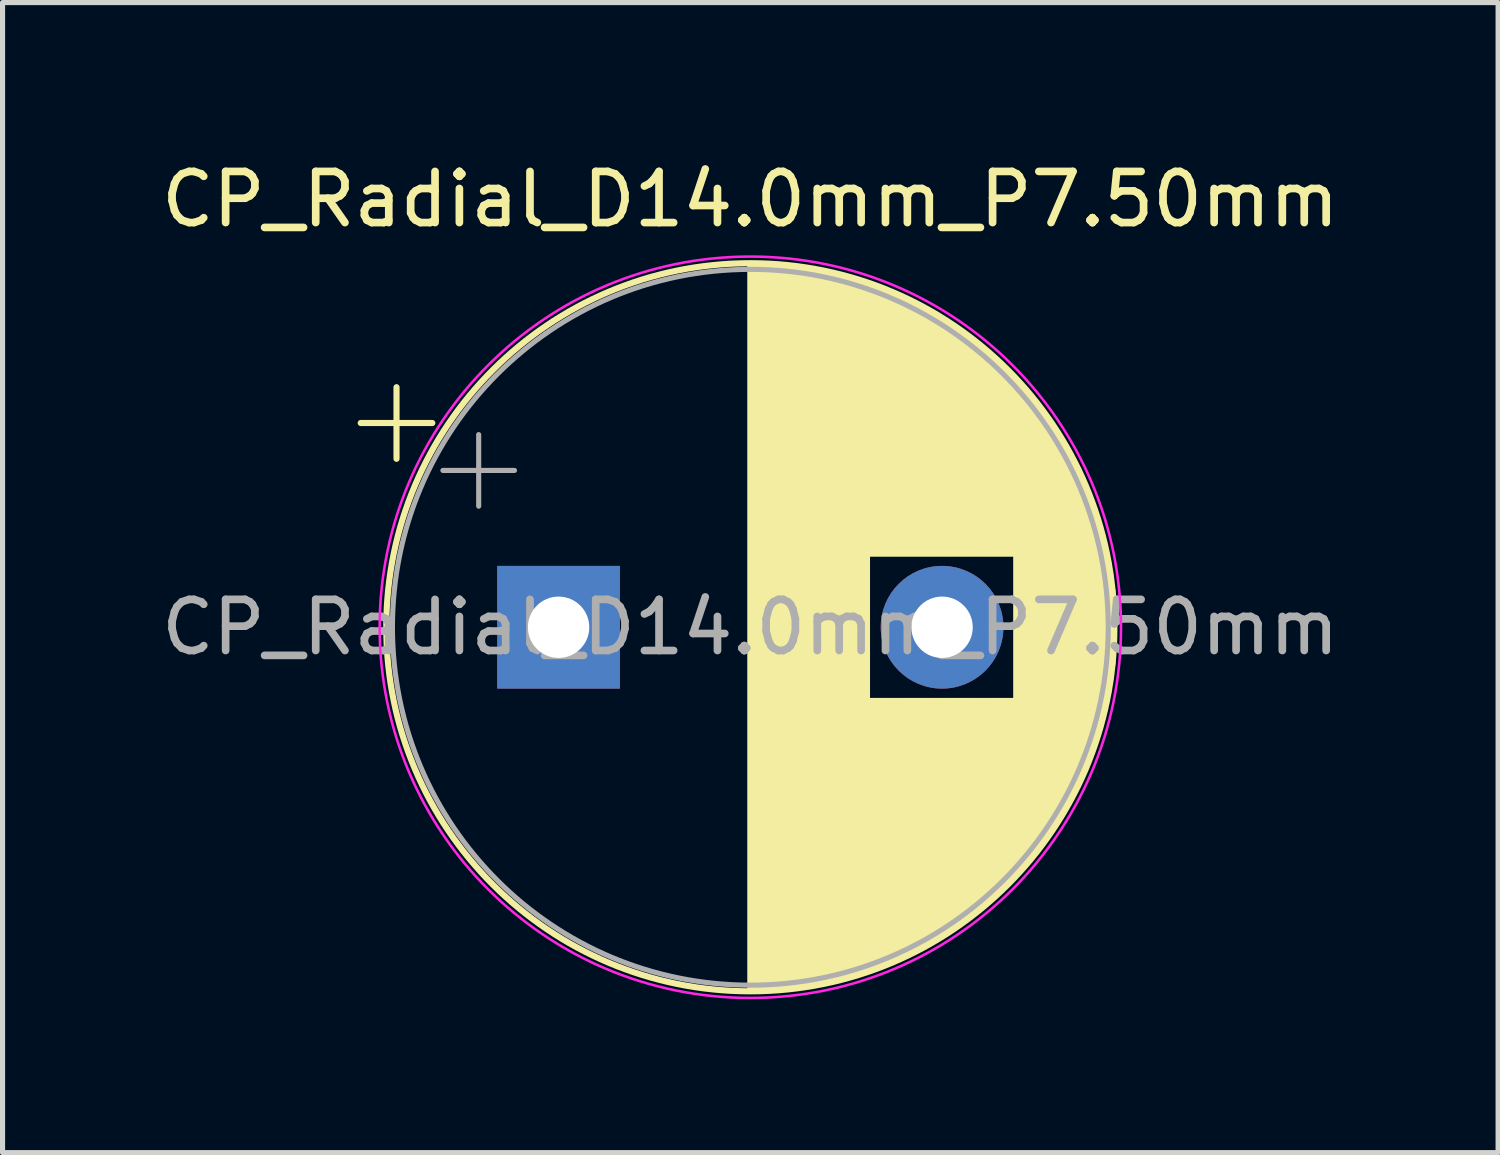
<source format=kicad_pcb>
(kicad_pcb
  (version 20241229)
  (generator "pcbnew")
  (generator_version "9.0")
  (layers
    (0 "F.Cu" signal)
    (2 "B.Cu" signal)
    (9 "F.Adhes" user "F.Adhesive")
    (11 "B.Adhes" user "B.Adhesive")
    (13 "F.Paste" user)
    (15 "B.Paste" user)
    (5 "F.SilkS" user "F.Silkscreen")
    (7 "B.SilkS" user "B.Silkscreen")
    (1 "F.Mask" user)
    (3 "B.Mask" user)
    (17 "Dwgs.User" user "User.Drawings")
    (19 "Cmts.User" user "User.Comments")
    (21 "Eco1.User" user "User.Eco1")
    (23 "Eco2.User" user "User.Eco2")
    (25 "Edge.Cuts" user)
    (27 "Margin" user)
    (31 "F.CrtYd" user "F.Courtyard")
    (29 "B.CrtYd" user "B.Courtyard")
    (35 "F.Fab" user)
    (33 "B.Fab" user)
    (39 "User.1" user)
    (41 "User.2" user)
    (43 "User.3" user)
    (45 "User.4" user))
  (footprint "CP_Radial_D14.0mm_P7.50mm"
    (layer "F.Cu")
    (at 7.875 9.218)
    (property "Reference" "CP_Radial_D14.0mm_P7.50mm" (at 3.75 -8.37 0) (layer "F.SilkS") (effects (font (size 1 1) (thickness 0.15))))
    (attr through_hole)
    (fp_line (start -3.87 -3.995) (end -2.47 -3.995) (stroke (width 0.12) (type solid)) (layer "F.SilkS"))
    (fp_line (start -3.17 -4.695) (end -3.17 -3.295) (stroke (width 0.12) (type solid)) (layer "F.SilkS"))
    (fp_line (start 3.75 -7.08) (end 3.75 7.08) (stroke (width 0.12) (type solid)) (layer "F.SilkS"))
    (fp_line (start 3.79 -7.08) (end 3.79 7.08) (stroke (width 0.12) (type solid)) (layer "F.SilkS"))
    (fp_line (start 3.83 -7.08) (end 3.83 7.08) (stroke (width 0.12) (type solid)) (layer "F.SilkS"))
    (fp_line (start 3.87 -7.079) (end 3.87 7.079) (stroke (width 0.12) (type solid)) (layer "F.SilkS"))
    (fp_line (start 3.91 -7.079) (end 3.91 7.079) (stroke (width 0.12) (type solid)) (layer "F.SilkS"))
    (fp_line (start 3.95 -7.078) (end 3.95 7.078) (stroke (width 0.12) (type solid)) (layer "F.SilkS"))
    (fp_line (start 3.99 -7.076) (end 3.99 7.076) (stroke (width 0.12) (type solid)) (layer "F.SilkS"))
    (fp_line (start 4.03 -7.075) (end 4.03 7.075) (stroke (width 0.12) (type solid)) (layer "F.SilkS"))
    (fp_line (start 4.07 -7.073) (end 4.07 7.073) (stroke (width 0.12) (type solid)) (layer "F.SilkS"))
    (fp_line (start 4.11 -7.071) (end 4.11 7.071) (stroke (width 0.12) (type solid)) (layer "F.SilkS"))
    (fp_line (start 4.15 -7.069) (end 4.15 7.069) (stroke (width 0.12) (type solid)) (layer "F.SilkS"))
    (fp_line (start 4.19 -7.067) (end 4.19 7.067) (stroke (width 0.12) (type solid)) (layer "F.SilkS"))
    (fp_line (start 4.23 -7.064) (end 4.23 7.064) (stroke (width 0.12) (type solid)) (layer "F.SilkS"))
    (fp_line (start 4.27 -7.061) (end 4.27 7.061) (stroke (width 0.12) (type solid)) (layer "F.SilkS"))
    (fp_line (start 4.31 -7.058) (end 4.31 7.058) (stroke (width 0.12) (type solid)) (layer "F.SilkS"))
    (fp_line (start 4.35 -7.055) (end 4.35 7.055) (stroke (width 0.12) (type solid)) (layer "F.SilkS"))
    (fp_line (start 4.39 -7.052) (end 4.39 7.052) (stroke (width 0.12) (type solid)) (layer "F.SilkS"))
    (fp_line (start 4.43 -7.048) (end 4.43 7.048) (stroke (width 0.12) (type solid)) (layer "F.SilkS"))
    (fp_line (start 4.471 -7.044) (end 4.471 7.044) (stroke (width 0.12) (type solid)) (layer "F.SilkS"))
    (fp_line (start 4.511 -7.04) (end 4.511 7.04) (stroke (width 0.12) (type solid)) (layer "F.SilkS"))
    (fp_line (start 4.551 -7.035) (end 4.551 7.035) (stroke (width 0.12) (type solid)) (layer "F.SilkS"))
    (fp_line (start 4.591 -7.031) (end 4.591 7.031) (stroke (width 0.12) (type solid)) (layer "F.SilkS"))
    (fp_line (start 4.631 -7.026) (end 4.631 7.026) (stroke (width 0.12) (type solid)) (layer "F.SilkS"))
    (fp_line (start 4.671 -7.021) (end 4.671 7.021) (stroke (width 0.12) (type solid)) (layer "F.SilkS"))
    (fp_line (start 4.711 -7.015) (end 4.711 7.015) (stroke (width 0.12) (type solid)) (layer "F.SilkS"))
    (fp_line (start 4.751 -7.01) (end 4.751 7.01) (stroke (width 0.12) (type solid)) (layer "F.SilkS"))
    (fp_line (start 4.791 -7.004) (end 4.791 7.004) (stroke (width 0.12) (type solid)) (layer "F.SilkS"))
    (fp_line (start 4.831 -6.998) (end 4.831 6.998) (stroke (width 0.12) (type solid)) (layer "F.SilkS"))
    (fp_line (start 4.871 -6.992) (end 4.871 6.992) (stroke (width 0.12) (type solid)) (layer "F.SilkS"))
    (fp_line (start 4.911 -6.985) (end 4.911 6.985) (stroke (width 0.12) (type solid)) (layer "F.SilkS"))
    (fp_line (start 4.951 -6.979) (end 4.951 6.979) (stroke (width 0.12) (type solid)) (layer "F.SilkS"))
    (fp_line (start 4.991 -6.972) (end 4.991 6.972) (stroke (width 0.12) (type solid)) (layer "F.SilkS"))
    (fp_line (start 5.031 -6.964) (end 5.031 6.964) (stroke (width 0.12) (type solid)) (layer "F.SilkS"))
    (fp_line (start 5.071 -6.957) (end 5.071 6.957) (stroke (width 0.12) (type solid)) (layer "F.SilkS"))
    (fp_line (start 5.111 -6.949) (end 5.111 6.949) (stroke (width 0.12) (type solid)) (layer "F.SilkS"))
    (fp_line (start 5.151 -6.942) (end 5.151 6.942) (stroke (width 0.12) (type solid)) (layer "F.SilkS"))
    (fp_line (start 5.191 -6.933) (end 5.191 6.933) (stroke (width 0.12) (type solid)) (layer "F.SilkS"))
    (fp_line (start 5.231 -6.925) (end 5.231 6.925) (stroke (width 0.12) (type solid)) (layer "F.SilkS"))
    (fp_line (start 5.271 -6.916) (end 5.271 6.916) (stroke (width 0.12) (type solid)) (layer "F.SilkS"))
    (fp_line (start 5.311 -6.907) (end 5.311 6.907) (stroke (width 0.12) (type solid)) (layer "F.SilkS"))
    (fp_line (start 5.351 -6.898) (end 5.351 6.898) (stroke (width 0.12) (type solid)) (layer "F.SilkS"))
    (fp_line (start 5.391 -6.889) (end 5.391 6.889) (stroke (width 0.12) (type solid)) (layer "F.SilkS"))
    (fp_line (start 5.431 -6.879) (end 5.431 6.879) (stroke (width 0.12) (type solid)) (layer "F.SilkS"))
    (fp_line (start 5.471 -6.87) (end 5.471 6.87) (stroke (width 0.12) (type solid)) (layer "F.SilkS"))
    (fp_line (start 5.511 -6.86) (end 5.511 6.86) (stroke (width 0.12) (type solid)) (layer "F.SilkS"))
    (fp_line (start 5.551 -6.849) (end 5.551 6.849) (stroke (width 0.12) (type solid)) (layer "F.SilkS"))
    (fp_line (start 5.591 -6.839) (end 5.591 6.839) (stroke (width 0.12) (type solid)) (layer "F.SilkS"))
    (fp_line (start 5.631 -6.828) (end 5.631 6.828) (stroke (width 0.12) (type solid)) (layer "F.SilkS"))
    (fp_line (start 5.671 -6.817) (end 5.671 6.817) (stroke (width 0.12) (type solid)) (layer "F.SilkS"))
    (fp_line (start 5.711 -6.805) (end 5.711 6.805) (stroke (width 0.12) (type solid)) (layer "F.SilkS"))
    (fp_line (start 5.751 -6.794) (end 5.751 6.794) (stroke (width 0.12) (type solid)) (layer "F.SilkS"))
    (fp_line (start 5.791 -6.782) (end 5.791 6.782) (stroke (width 0.12) (type solid)) (layer "F.SilkS"))
    (fp_line (start 5.831 -6.77) (end 5.831 6.77) (stroke (width 0.12) (type solid)) (layer "F.SilkS"))
    (fp_line (start 5.871 -6.758) (end 5.871 6.758) (stroke (width 0.12) (type solid)) (layer "F.SilkS"))
    (fp_line (start 5.911 -6.745) (end 5.911 6.745) (stroke (width 0.12) (type solid)) (layer "F.SilkS"))
    (fp_line (start 5.951 -6.732) (end 5.951 6.732) (stroke (width 0.12) (type solid)) (layer "F.SilkS"))
    (fp_line (start 5.991 -6.719) (end 5.991 6.719) (stroke (width 0.12) (type solid)) (layer "F.SilkS"))
    (fp_line (start 6.031 -6.706) (end 6.031 6.706) (stroke (width 0.12) (type solid)) (layer "F.SilkS"))
    (fp_line (start 6.071 -6.692) (end 6.071 -1.44) (stroke (width 0.12) (type solid)) (layer "F.SilkS"))
    (fp_line (start 6.071 1.44) (end 6.071 6.692) (stroke (width 0.12) (type solid)) (layer "F.SilkS"))
    (fp_line (start 6.111 -6.678) (end 6.111 -1.44) (stroke (width 0.12) (type solid)) (layer "F.SilkS"))
    (fp_line (start 6.111 1.44) (end 6.111 6.678) (stroke (width 0.12) (type solid)) (layer "F.SilkS"))
    (fp_line (start 6.151 -6.664) (end 6.151 -1.44) (stroke (width 0.12) (type solid)) (layer "F.SilkS"))
    (fp_line (start 6.151 1.44) (end 6.151 6.664) (stroke (width 0.12) (type solid)) (layer "F.SilkS"))
    (fp_line (start 6.191 -6.649) (end 6.191 -1.44) (stroke (width 0.12) (type solid)) (layer "F.SilkS"))
    (fp_line (start 6.191 1.44) (end 6.191 6.649) (stroke (width 0.12) (type solid)) (layer "F.SilkS"))
    (fp_line (start 6.231 -6.635) (end 6.231 -1.44) (stroke (width 0.12) (type solid)) (layer "F.SilkS"))
    (fp_line (start 6.231 1.44) (end 6.231 6.635) (stroke (width 0.12) (type solid)) (layer "F.SilkS"))
    (fp_line (start 6.271 -6.62) (end 6.271 -1.44) (stroke (width 0.12) (type solid)) (layer "F.SilkS"))
    (fp_line (start 6.271 1.44) (end 6.271 6.62) (stroke (width 0.12) (type solid)) (layer "F.SilkS"))
    (fp_line (start 6.311 -6.604) (end 6.311 -1.44) (stroke (width 0.12) (type solid)) (layer "F.SilkS"))
    (fp_line (start 6.311 1.44) (end 6.311 6.604) (stroke (width 0.12) (type solid)) (layer "F.SilkS"))
    (fp_line (start 6.351 -6.589) (end 6.351 -1.44) (stroke (width 0.12) (type solid)) (layer "F.SilkS"))
    (fp_line (start 6.351 1.44) (end 6.351 6.589) (stroke (width 0.12) (type solid)) (layer "F.SilkS"))
    (fp_line (start 6.391 -6.573) (end 6.391 -1.44) (stroke (width 0.12) (type solid)) (layer "F.SilkS"))
    (fp_line (start 6.391 1.44) (end 6.391 6.573) (stroke (width 0.12) (type solid)) (layer "F.SilkS"))
    (fp_line (start 6.431 -6.557) (end 6.431 -1.44) (stroke (width 0.12) (type solid)) (layer "F.SilkS"))
    (fp_line (start 6.431 1.44) (end 6.431 6.557) (stroke (width 0.12) (type solid)) (layer "F.SilkS"))
    (fp_line (start 6.471 -6.54) (end 6.471 -1.44) (stroke (width 0.12) (type solid)) (layer "F.SilkS"))
    (fp_line (start 6.471 1.44) (end 6.471 6.54) (stroke (width 0.12) (type solid)) (layer "F.SilkS"))
    (fp_line (start 6.511 -6.524) (end 6.511 -1.44) (stroke (width 0.12) (type solid)) (layer "F.SilkS"))
    (fp_line (start 6.511 1.44) (end 6.511 6.524) (stroke (width 0.12) (type solid)) (layer "F.SilkS"))
    (fp_line (start 6.551 -6.507) (end 6.551 -1.44) (stroke (width 0.12) (type solid)) (layer "F.SilkS"))
    (fp_line (start 6.551 1.44) (end 6.551 6.507) (stroke (width 0.12) (type solid)) (layer "F.SilkS"))
    (fp_line (start 6.591 -6.49) (end 6.591 -1.44) (stroke (width 0.12) (type solid)) (layer "F.SilkS"))
    (fp_line (start 6.591 1.44) (end 6.591 6.49) (stroke (width 0.12) (type solid)) (layer "F.SilkS"))
    (fp_line (start 6.631 -6.472) (end 6.631 -1.44) (stroke (width 0.12) (type solid)) (layer "F.SilkS"))
    (fp_line (start 6.631 1.44) (end 6.631 6.472) (stroke (width 0.12) (type solid)) (layer "F.SilkS"))
    (fp_line (start 6.671 -6.454) (end 6.671 -1.44) (stroke (width 0.12) (type solid)) (layer "F.SilkS"))
    (fp_line (start 6.671 1.44) (end 6.671 6.454) (stroke (width 0.12) (type solid)) (layer "F.SilkS"))
    (fp_line (start 6.711 -6.436) (end 6.711 -1.44) (stroke (width 0.12) (type solid)) (layer "F.SilkS"))
    (fp_line (start 6.711 1.44) (end 6.711 6.436) (stroke (width 0.12) (type solid)) (layer "F.SilkS"))
    (fp_line (start 6.751 -6.418) (end 6.751 -1.44) (stroke (width 0.12) (type solid)) (layer "F.SilkS"))
    (fp_line (start 6.751 1.44) (end 6.751 6.418) (stroke (width 0.12) (type solid)) (layer "F.SilkS"))
    (fp_line (start 6.791 -6.399) (end 6.791 -1.44) (stroke (width 0.12) (type solid)) (layer "F.SilkS"))
    (fp_line (start 6.791 1.44) (end 6.791 6.399) (stroke (width 0.12) (type solid)) (layer "F.SilkS"))
    (fp_line (start 6.831 -6.38) (end 6.831 -1.44) (stroke (width 0.12) (type solid)) (layer "F.SilkS"))
    (fp_line (start 6.831 1.44) (end 6.831 6.38) (stroke (width 0.12) (type solid)) (layer "F.SilkS"))
    (fp_line (start 6.871 -6.36) (end 6.871 -1.44) (stroke (width 0.12) (type solid)) (layer "F.SilkS"))
    (fp_line (start 6.871 1.44) (end 6.871 6.36) (stroke (width 0.12) (type solid)) (layer "F.SilkS"))
    (fp_line (start 6.911 -6.341) (end 6.911 -1.44) (stroke (width 0.12) (type solid)) (layer "F.SilkS"))
    (fp_line (start 6.911 1.44) (end 6.911 6.341) (stroke (width 0.12) (type solid)) (layer "F.SilkS"))
    (fp_line (start 6.951 -6.321) (end 6.951 -1.44) (stroke (width 0.12) (type solid)) (layer "F.SilkS"))
    (fp_line (start 6.951 1.44) (end 6.951 6.321) (stroke (width 0.12) (type solid)) (layer "F.SilkS"))
    (fp_line (start 6.991 -6.301) (end 6.991 -1.44) (stroke (width 0.12) (type solid)) (layer "F.SilkS"))
    (fp_line (start 6.991 1.44) (end 6.991 6.301) (stroke (width 0.12) (type solid)) (layer "F.SilkS"))
    (fp_line (start 7.031 -6.28) (end 7.031 -1.44) (stroke (width 0.12) (type solid)) (layer "F.SilkS"))
    (fp_line (start 7.031 1.44) (end 7.031 6.28) (stroke (width 0.12) (type solid)) (layer "F.SilkS"))
    (fp_line (start 7.071 -6.259) (end 7.071 -1.44) (stroke (width 0.12) (type solid)) (layer "F.SilkS"))
    (fp_line (start 7.071 1.44) (end 7.071 6.259) (stroke (width 0.12) (type solid)) (layer "F.SilkS"))
    (fp_line (start 7.111 -6.238) (end 7.111 -1.44) (stroke (width 0.12) (type solid)) (layer "F.SilkS"))
    (fp_line (start 7.111 1.44) (end 7.111 6.238) (stroke (width 0.12) (type solid)) (layer "F.SilkS"))
    (fp_line (start 7.151 -6.216) (end 7.151 -1.44) (stroke (width 0.12) (type solid)) (layer "F.SilkS"))
    (fp_line (start 7.151 1.44) (end 7.151 6.216) (stroke (width 0.12) (type solid)) (layer "F.SilkS"))
    (fp_line (start 7.191 -6.194) (end 7.191 -1.44) (stroke (width 0.12) (type solid)) (layer "F.SilkS"))
    (fp_line (start 7.191 1.44) (end 7.191 6.194) (stroke (width 0.12) (type solid)) (layer "F.SilkS"))
    (fp_line (start 7.231 -6.172) (end 7.231 -1.44) (stroke (width 0.12) (type solid)) (layer "F.SilkS"))
    (fp_line (start 7.231 1.44) (end 7.231 6.172) (stroke (width 0.12) (type solid)) (layer "F.SilkS"))
    (fp_line (start 7.271 -6.15) (end 7.271 -1.44) (stroke (width 0.12) (type solid)) (layer "F.SilkS"))
    (fp_line (start 7.271 1.44) (end 7.271 6.15) (stroke (width 0.12) (type solid)) (layer "F.SilkS"))
    (fp_line (start 7.311 -6.127) (end 7.311 -1.44) (stroke (width 0.12) (type solid)) (layer "F.SilkS"))
    (fp_line (start 7.311 1.44) (end 7.311 6.127) (stroke (width 0.12) (type solid)) (layer "F.SilkS"))
    (fp_line (start 7.351 -6.103) (end 7.351 -1.44) (stroke (width 0.12) (type solid)) (layer "F.SilkS"))
    (fp_line (start 7.351 1.44) (end 7.351 6.103) (stroke (width 0.12) (type solid)) (layer "F.SilkS"))
    (fp_line (start 7.391 -6.08) (end 7.391 -1.44) (stroke (width 0.12) (type solid)) (layer "F.SilkS"))
    (fp_line (start 7.391 1.44) (end 7.391 6.08) (stroke (width 0.12) (type solid)) (layer "F.SilkS"))
    (fp_line (start 7.431 -6.056) (end 7.431 -1.44) (stroke (width 0.12) (type solid)) (layer "F.SilkS"))
    (fp_line (start 7.431 1.44) (end 7.431 6.056) (stroke (width 0.12) (type solid)) (layer "F.SilkS"))
    (fp_line (start 7.471 -6.031) (end 7.471 -1.44) (stroke (width 0.12) (type solid)) (layer "F.SilkS"))
    (fp_line (start 7.471 1.44) (end 7.471 6.031) (stroke (width 0.12) (type solid)) (layer "F.SilkS"))
    (fp_line (start 7.511 -6.007) (end 7.511 -1.44) (stroke (width 0.12) (type solid)) (layer "F.SilkS"))
    (fp_line (start 7.511 1.44) (end 7.511 6.007) (stroke (width 0.12) (type solid)) (layer "F.SilkS"))
    (fp_line (start 7.551 -5.982) (end 7.551 -1.44) (stroke (width 0.12) (type solid)) (layer "F.SilkS"))
    (fp_line (start 7.551 1.44) (end 7.551 5.982) (stroke (width 0.12) (type solid)) (layer "F.SilkS"))
    (fp_line (start 7.591 -5.956) (end 7.591 -1.44) (stroke (width 0.12) (type solid)) (layer "F.SilkS"))
    (fp_line (start 7.591 1.44) (end 7.591 5.956) (stroke (width 0.12) (type solid)) (layer "F.SilkS"))
    (fp_line (start 7.631 -5.93) (end 7.631 -1.44) (stroke (width 0.12) (type solid)) (layer "F.SilkS"))
    (fp_line (start 7.631 1.44) (end 7.631 5.93) (stroke (width 0.12) (type solid)) (layer "F.SilkS"))
    (fp_line (start 7.671 -5.904) (end 7.671 -1.44) (stroke (width 0.12) (type solid)) (layer "F.SilkS"))
    (fp_line (start 7.671 1.44) (end 7.671 5.904) (stroke (width 0.12) (type solid)) (layer "F.SilkS"))
    (fp_line (start 7.711 -5.878) (end 7.711 -1.44) (stroke (width 0.12) (type solid)) (layer "F.SilkS"))
    (fp_line (start 7.711 1.44) (end 7.711 5.878) (stroke (width 0.12) (type solid)) (layer "F.SilkS"))
    (fp_line (start 7.751 -5.851) (end 7.751 -1.44) (stroke (width 0.12) (type solid)) (layer "F.SilkS"))
    (fp_line (start 7.751 1.44) (end 7.751 5.851) (stroke (width 0.12) (type solid)) (layer "F.SilkS"))
    (fp_line (start 7.791 -5.823) (end 7.791 -1.44) (stroke (width 0.12) (type solid)) (layer "F.SilkS"))
    (fp_line (start 7.791 1.44) (end 7.791 5.823) (stroke (width 0.12) (type solid)) (layer "F.SilkS"))
    (fp_line (start 7.831 -5.796) (end 7.831 -1.44) (stroke (width 0.12) (type solid)) (layer "F.SilkS"))
    (fp_line (start 7.831 1.44) (end 7.831 5.796) (stroke (width 0.12) (type solid)) (layer "F.SilkS"))
    (fp_line (start 7.871 -5.767) (end 7.871 -1.44) (stroke (width 0.12) (type solid)) (layer "F.SilkS"))
    (fp_line (start 7.871 1.44) (end 7.871 5.767) (stroke (width 0.12) (type solid)) (layer "F.SilkS"))
    (fp_line (start 7.911 -5.739) (end 7.911 -1.44) (stroke (width 0.12) (type solid)) (layer "F.SilkS"))
    (fp_line (start 7.911 1.44) (end 7.911 5.739) (stroke (width 0.12) (type solid)) (layer "F.SilkS"))
    (fp_line (start 7.951 -5.71) (end 7.951 -1.44) (stroke (width 0.12) (type solid)) (layer "F.SilkS"))
    (fp_line (start 7.951 1.44) (end 7.951 5.71) (stroke (width 0.12) (type solid)) (layer "F.SilkS"))
    (fp_line (start 7.991 -5.68) (end 7.991 -1.44) (stroke (width 0.12) (type solid)) (layer "F.SilkS"))
    (fp_line (start 7.991 1.44) (end 7.991 5.68) (stroke (width 0.12) (type solid)) (layer "F.SilkS"))
    (fp_line (start 8.031 -5.65) (end 8.031 -1.44) (stroke (width 0.12) (type solid)) (layer "F.SilkS"))
    (fp_line (start 8.031 1.44) (end 8.031 5.65) (stroke (width 0.12) (type solid)) (layer "F.SilkS"))
    (fp_line (start 8.071 -5.62) (end 8.071 -1.44) (stroke (width 0.12) (type solid)) (layer "F.SilkS"))
    (fp_line (start 8.071 1.44) (end 8.071 5.62) (stroke (width 0.12) (type solid)) (layer "F.SilkS"))
    (fp_line (start 8.111 -5.589) (end 8.111 -1.44) (stroke (width 0.12) (type solid)) (layer "F.SilkS"))
    (fp_line (start 8.111 1.44) (end 8.111 5.589) (stroke (width 0.12) (type solid)) (layer "F.SilkS"))
    (fp_line (start 8.151 -5.558) (end 8.151 -1.44) (stroke (width 0.12) (type solid)) (layer "F.SilkS"))
    (fp_line (start 8.151 1.44) (end 8.151 5.558) (stroke (width 0.12) (type solid)) (layer "F.SilkS"))
    (fp_line (start 8.191 -5.527) (end 8.191 -1.44) (stroke (width 0.12) (type solid)) (layer "F.SilkS"))
    (fp_line (start 8.191 1.44) (end 8.191 5.527) (stroke (width 0.12) (type solid)) (layer "F.SilkS"))
    (fp_line (start 8.231 -5.494) (end 8.231 -1.44) (stroke (width 0.12) (type solid)) (layer "F.SilkS"))
    (fp_line (start 8.231 1.44) (end 8.231 5.494) (stroke (width 0.12) (type solid)) (layer "F.SilkS"))
    (fp_line (start 8.271 -5.462) (end 8.271 -1.44) (stroke (width 0.12) (type solid)) (layer "F.SilkS"))
    (fp_line (start 8.271 1.44) (end 8.271 5.462) (stroke (width 0.12) (type solid)) (layer "F.SilkS"))
    (fp_line (start 8.311 -5.429) (end 8.311 -1.44) (stroke (width 0.12) (type solid)) (layer "F.SilkS"))
    (fp_line (start 8.311 1.44) (end 8.311 5.429) (stroke (width 0.12) (type solid)) (layer "F.SilkS"))
    (fp_line (start 8.351 -5.395) (end 8.351 -1.44) (stroke (width 0.12) (type solid)) (layer "F.SilkS"))
    (fp_line (start 8.351 1.44) (end 8.351 5.395) (stroke (width 0.12) (type solid)) (layer "F.SilkS"))
    (fp_line (start 8.391 -5.361) (end 8.391 -1.44) (stroke (width 0.12) (type solid)) (layer "F.SilkS"))
    (fp_line (start 8.391 1.44) (end 8.391 5.361) (stroke (width 0.12) (type solid)) (layer "F.SilkS"))
    (fp_line (start 8.431 -5.326) (end 8.431 -1.44) (stroke (width 0.12) (type solid)) (layer "F.SilkS"))
    (fp_line (start 8.431 1.44) (end 8.431 5.326) (stroke (width 0.12) (type solid)) (layer "F.SilkS"))
    (fp_line (start 8.471 -5.291) (end 8.471 -1.44) (stroke (width 0.12) (type solid)) (layer "F.SilkS"))
    (fp_line (start 8.471 1.44) (end 8.471 5.291) (stroke (width 0.12) (type solid)) (layer "F.SilkS"))
    (fp_line (start 8.511 -5.255) (end 8.511 -1.44) (stroke (width 0.12) (type solid)) (layer "F.SilkS"))
    (fp_line (start 8.511 1.44) (end 8.511 5.255) (stroke (width 0.12) (type solid)) (layer "F.SilkS"))
    (fp_line (start 8.551 -5.219) (end 8.551 -1.44) (stroke (width 0.12) (type solid)) (layer "F.SilkS"))
    (fp_line (start 8.551 1.44) (end 8.551 5.219) (stroke (width 0.12) (type solid)) (layer "F.SilkS"))
    (fp_line (start 8.591 -5.182) (end 8.591 -1.44) (stroke (width 0.12) (type solid)) (layer "F.SilkS"))
    (fp_line (start 8.591 1.44) (end 8.591 5.182) (stroke (width 0.12) (type solid)) (layer "F.SilkS"))
    (fp_line (start 8.631 -5.145) (end 8.631 -1.44) (stroke (width 0.12) (type solid)) (layer "F.SilkS"))
    (fp_line (start 8.631 1.44) (end 8.631 5.145) (stroke (width 0.12) (type solid)) (layer "F.SilkS"))
    (fp_line (start 8.671 -5.107) (end 8.671 -1.44) (stroke (width 0.12) (type solid)) (layer "F.SilkS"))
    (fp_line (start 8.671 1.44) (end 8.671 5.107) (stroke (width 0.12) (type solid)) (layer "F.SilkS"))
    (fp_line (start 8.711 -5.069) (end 8.711 -1.44) (stroke (width 0.12) (type solid)) (layer "F.SilkS"))
    (fp_line (start 8.711 1.44) (end 8.711 5.069) (stroke (width 0.12) (type solid)) (layer "F.SilkS"))
    (fp_line (start 8.751 -5.029) (end 8.751 -1.44) (stroke (width 0.12) (type solid)) (layer "F.SilkS"))
    (fp_line (start 8.751 1.44) (end 8.751 5.029) (stroke (width 0.12) (type solid)) (layer "F.SilkS"))
    (fp_line (start 8.791 -4.99) (end 8.791 -1.44) (stroke (width 0.12) (type solid)) (layer "F.SilkS"))
    (fp_line (start 8.791 1.44) (end 8.791 4.99) (stroke (width 0.12) (type solid)) (layer "F.SilkS"))
    (fp_line (start 8.831 -4.949) (end 8.831 -1.44) (stroke (width 0.12) (type solid)) (layer "F.SilkS"))
    (fp_line (start 8.831 1.44) (end 8.831 4.949) (stroke (width 0.12) (type solid)) (layer "F.SilkS"))
    (fp_line (start 8.871 -4.908) (end 8.871 -1.44) (stroke (width 0.12) (type solid)) (layer "F.SilkS"))
    (fp_line (start 8.871 1.44) (end 8.871 4.908) (stroke (width 0.12) (type solid)) (layer "F.SilkS"))
    (fp_line (start 8.911 -4.866) (end 8.911 -1.44) (stroke (width 0.12) (type solid)) (layer "F.SilkS"))
    (fp_line (start 8.911 1.44) (end 8.911 4.866) (stroke (width 0.12) (type solid)) (layer "F.SilkS"))
    (fp_line (start 8.951 -4.824) (end 8.951 4.824) (stroke (width 0.12) (type solid)) (layer "F.SilkS"))
    (fp_line (start 8.991 -4.781) (end 8.991 4.781) (stroke (width 0.12) (type solid)) (layer "F.SilkS"))
    (fp_line (start 9.031 -4.737) (end 9.031 4.737) (stroke (width 0.12) (type solid)) (layer "F.SilkS"))
    (fp_line (start 9.071 -4.693) (end 9.071 4.693) (stroke (width 0.12) (type solid)) (layer "F.SilkS"))
    (fp_line (start 9.111 -4.647) (end 9.111 4.647) (stroke (width 0.12) (type solid)) (layer "F.SilkS"))
    (fp_line (start 9.151 -4.601) (end 9.151 4.601) (stroke (width 0.12) (type solid)) (layer "F.SilkS"))
    (fp_line (start 9.191 -4.554) (end 9.191 4.554) (stroke (width 0.12) (type solid)) (layer "F.SilkS"))
    (fp_line (start 9.231 -4.506) (end 9.231 4.506) (stroke (width 0.12) (type solid)) (layer "F.SilkS"))
    (fp_line (start 9.271 -4.458) (end 9.271 4.458) (stroke (width 0.12) (type solid)) (layer "F.SilkS"))
    (fp_line (start 9.311 -4.408) (end 9.311 4.408) (stroke (width 0.12) (type solid)) (layer "F.SilkS"))
    (fp_line (start 9.351 -4.358) (end 9.351 4.358) (stroke (width 0.12) (type solid)) (layer "F.SilkS"))
    (fp_line (start 9.391 -4.306) (end 9.391 4.306) (stroke (width 0.12) (type solid)) (layer "F.SilkS"))
    (fp_line (start 9.431 -4.254) (end 9.431 4.254) (stroke (width 0.12) (type solid)) (layer "F.SilkS"))
    (fp_line (start 9.471 -4.2) (end 9.471 4.2) (stroke (width 0.12) (type solid)) (layer "F.SilkS"))
    (fp_line (start 9.511 -4.146) (end 9.511 4.146) (stroke (width 0.12) (type solid)) (layer "F.SilkS"))
    (fp_line (start 9.551 -4.09) (end 9.551 4.09) (stroke (width 0.12) (type solid)) (layer "F.SilkS"))
    (fp_line (start 9.591 -4.033) (end 9.591 4.033) (stroke (width 0.12) (type solid)) (layer "F.SilkS"))
    (fp_line (start 9.631 -3.975) (end 9.631 3.975) (stroke (width 0.12) (type solid)) (layer "F.SilkS"))
    (fp_line (start 9.671 -3.916) (end 9.671 3.916) (stroke (width 0.12) (type solid)) (layer "F.SilkS"))
    (fp_line (start 9.711 -3.856) (end 9.711 3.856) (stroke (width 0.12) (type solid)) (layer "F.SilkS"))
    (fp_line (start 9.751 -3.794) (end 9.751 3.794) (stroke (width 0.12) (type solid)) (layer "F.SilkS"))
    (fp_line (start 9.791 -3.73) (end 9.791 3.73) (stroke (width 0.12) (type solid)) (layer "F.SilkS"))
    (fp_line (start 9.831 -3.666) (end 9.831 3.666) (stroke (width 0.12) (type solid)) (layer "F.SilkS"))
    (fp_line (start 9.871 -3.599) (end 9.871 3.599) (stroke (width 0.12) (type solid)) (layer "F.SilkS"))
    (fp_line (start 9.911 -3.531) (end 9.911 3.531) (stroke (width 0.12) (type solid)) (layer "F.SilkS"))
    (fp_line (start 9.951 -3.461) (end 9.951 3.461) (stroke (width 0.12) (type solid)) (layer "F.SilkS"))
    (fp_line (start 9.991 -3.389) (end 9.991 3.389) (stroke (width 0.12) (type solid)) (layer "F.SilkS"))
    (fp_line (start 10.031 -3.315) (end 10.031 3.315) (stroke (width 0.12) (type solid)) (layer "F.SilkS"))
    (fp_line (start 10.071 -3.24) (end 10.071 3.24) (stroke (width 0.12) (type solid)) (layer "F.SilkS"))
    (fp_line (start 10.111 -3.161) (end 10.111 3.161) (stroke (width 0.12) (type solid)) (layer "F.SilkS"))
    (fp_line (start 10.151 -3.08) (end 10.151 3.08) (stroke (width 0.12) (type solid)) (layer "F.SilkS"))
    (fp_line (start 10.191 -2.997) (end 10.191 2.997) (stroke (width 0.12) (type solid)) (layer "F.SilkS"))
    (fp_line (start 10.231 -2.911) (end 10.231 2.911) (stroke (width 0.12) (type solid)) (layer "F.SilkS"))
    (fp_line (start 10.271 -2.821) (end 10.271 2.821) (stroke (width 0.12) (type solid)) (layer "F.SilkS"))
    (fp_line (start 10.311 -2.728) (end 10.311 2.728) (stroke (width 0.12) (type solid)) (layer "F.SilkS"))
    (fp_line (start 10.351 -2.632) (end 10.351 2.632) (stroke (width 0.12) (type solid)) (layer "F.SilkS"))
    (fp_line (start 10.391 -2.53) (end 10.391 2.53) (stroke (width 0.12) (type solid)) (layer "F.SilkS"))
    (fp_line (start 10.431 -2.425) (end 10.431 2.425) (stroke (width 0.12) (type solid)) (layer "F.SilkS"))
    (fp_line (start 10.471 -2.313) (end 10.471 2.313) (stroke (width 0.12) (type solid)) (layer "F.SilkS"))
    (fp_line (start 10.511 -2.196) (end 10.511 2.196) (stroke (width 0.12) (type solid)) (layer "F.SilkS"))
    (fp_line (start 10.551 -2.071) (end 10.551 2.071) (stroke (width 0.12) (type solid)) (layer "F.SilkS"))
    (fp_line (start 10.591 -1.938) (end 10.591 1.938) (stroke (width 0.12) (type solid)) (layer "F.SilkS"))
    (fp_line (start 10.631 -1.794) (end 10.631 1.794) (stroke (width 0.12) (type solid)) (layer "F.SilkS"))
    (fp_line (start 10.671 -1.636) (end 10.671 1.636) (stroke (width 0.12) (type solid)) (layer "F.SilkS"))
    (fp_line (start 10.711 -1.461) (end 10.711 1.461) (stroke (width 0.12) (type solid)) (layer "F.SilkS"))
    (fp_line (start 10.751 -1.262) (end 10.751 1.262) (stroke (width 0.12) (type solid)) (layer "F.SilkS"))
    (fp_line (start 10.791 -1.025) (end 10.791 1.025) (stroke (width 0.12) (type solid)) (layer "F.SilkS"))
    (fp_line (start 10.831 -0.714) (end 10.831 0.714) (stroke (width 0.12) (type solid)) (layer "F.SilkS"))
    (fp_circle (center 3.75 0) (end 10.87 0) (stroke (width 0.12) (type solid)) (fill no) (layer "F.SilkS"))
    (fp_circle (center 3.75 0) (end 11 0) (stroke (width 0.05) (type solid)) (fill no) (layer "F.CrtYd"))
    (fp_line (start -2.263 -3.067) (end -0.863 -3.067) (stroke (width 0.1) (type solid)) (layer "F.Fab"))
    (fp_line (start -1.563 -3.768) (end -1.563 -2.368) (stroke (width 0.1) (type solid)) (layer "F.Fab"))
    (fp_circle (center 3.75 0) (end 10.75 0) (stroke (width 0.1) (type solid)) (fill no) (layer "F.Fab"))
    (fp_text user "${REFERENCE}" (at 3.75 0 0) (layer "F.Fab") (effects (font (size 1 1) (thickness 0.15))))
    (pad "1" thru_hole rect (at 0 0) (size 2.4 2.4) (drill 1.2) (layers "*.Cu" "*.Mask"))
    (pad "2" thru_hole circle (at 7.5 0) (size 2.4 2.4) (drill 1.2) (layers "*.Cu" "*.Mask")))
  (gr_rect
    (start -3 -3)
    (end 26.25 19.493)
    (stroke (width 0.1) (type default))
    (fill no)
    (layer "Edge.Cuts")))
</source>
